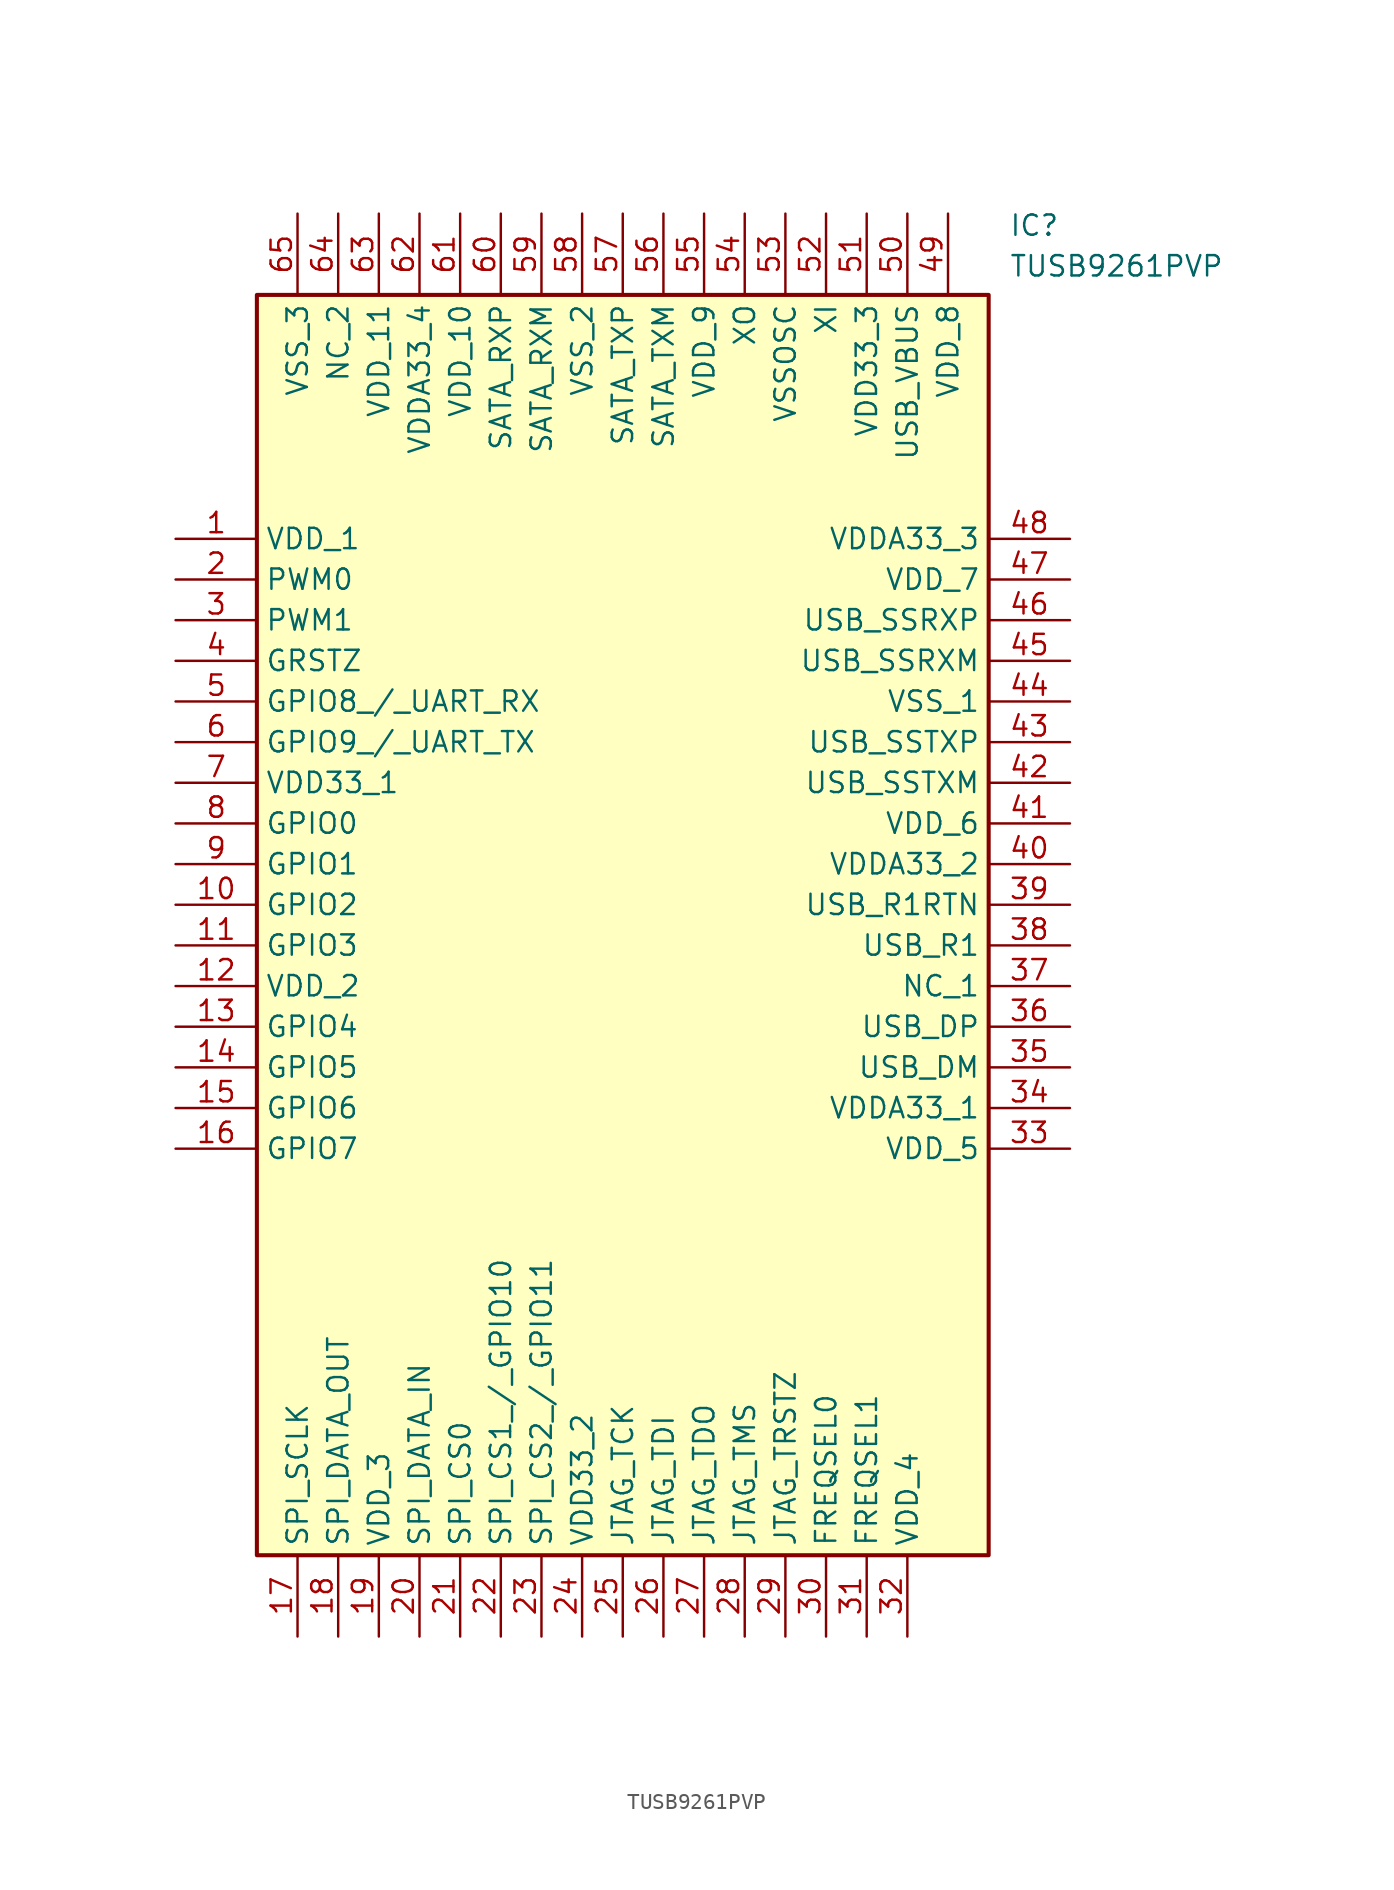
<source format=kicad_sym>
(kicad_symbol_lib
  (version 20211014)
  (generator SamacSys_ECAD_Model)
  (symbol "TUSB9261PVP"
    (property "Reference" "IC"
      (at 52.07 20.32 0)
      (effects (font (size 1.27 1.27)) (justify left top)))
    (property "Value" "TUSB9261PVP"
      (at 52.07 17.78 0)
      (effects (font (size 1.27 1.27)) (justify left top)))
    (rectangle
      (start 5.08 15.24)
      (end 50.8 -63.5)
      (stroke (width 0.254) (type default))
      (fill (type background)))
    (pin passive line
      (at 0 0 0)
      (length 5.08)
      (name "VDD_1" (effects (font (size 1.27 1.27))))
      (number "1" (effects (font (size 1.27 1.27)))))
    (pin passive line
      (at 0 -2.54 0)
      (length 5.08)
      (name "PWM0" (effects (font (size 1.27 1.27))))
      (number "2" (effects (font (size 1.27 1.27)))))
    (pin passive line
      (at 0 -5.08 0)
      (length 5.08)
      (name "PWM1" (effects (font (size 1.27 1.27))))
      (number "3" (effects (font (size 1.27 1.27)))))
    (pin passive line
      (at 0 -7.62 0)
      (length 5.08)
      (name "GRSTZ" (effects (font (size 1.27 1.27))))
      (number "4" (effects (font (size 1.27 1.27)))))
    (pin passive line
      (at 0 -10.16 0)
      (length 5.08)
      (name "GPIO8_/_UART_RX" (effects (font (size 1.27 1.27))))
      (number "5" (effects (font (size 1.27 1.27)))))
    (pin passive line
      (at 0 -12.7 0)
      (length 5.08)
      (name "GPIO9_/_UART_TX" (effects (font (size 1.27 1.27))))
      (number "6" (effects (font (size 1.27 1.27)))))
    (pin passive line
      (at 0 -15.24 0)
      (length 5.08)
      (name "VDD33_1" (effects (font (size 1.27 1.27))))
      (number "7" (effects (font (size 1.27 1.27)))))
    (pin passive line
      (at 0 -17.78 0)
      (length 5.08)
      (name "GPIO0" (effects (font (size 1.27 1.27))))
      (number "8" (effects (font (size 1.27 1.27)))))
    (pin passive line
      (at 0 -20.32 0)
      (length 5.08)
      (name "GPIO1" (effects (font (size 1.27 1.27))))
      (number "9" (effects (font (size 1.27 1.27)))))
    (pin passive line
      (at 0 -22.86 0)
      (length 5.08)
      (name "GPIO2" (effects (font (size 1.27 1.27))))
      (number "10" (effects (font (size 1.27 1.27)))))
    (pin passive line
      (at 0 -25.4 0)
      (length 5.08)
      (name "GPIO3" (effects (font (size 1.27 1.27))))
      (number "11" (effects (font (size 1.27 1.27)))))
    (pin passive line
      (at 0 -27.94 0)
      (length 5.08)
      (name "VDD_2" (effects (font (size 1.27 1.27))))
      (number "12" (effects (font (size 1.27 1.27)))))
    (pin passive line
      (at 0 -30.48 0)
      (length 5.08)
      (name "GPIO4" (effects (font (size 1.27 1.27))))
      (number "13" (effects (font (size 1.27 1.27)))))
    (pin passive line
      (at 0 -33.02 0)
      (length 5.08)
      (name "GPIO5" (effects (font (size 1.27 1.27))))
      (number "14" (effects (font (size 1.27 1.27)))))
    (pin passive line
      (at 0 -35.56 0)
      (length 5.08)
      (name "GPIO6" (effects (font (size 1.27 1.27))))
      (number "15" (effects (font (size 1.27 1.27)))))
    (pin passive line
      (at 0 -38.1 0)
      (length 5.08)
      (name "GPIO7" (effects (font (size 1.27 1.27))))
      (number "16" (effects (font (size 1.27 1.27)))))
    (pin passive line
      (at 7.62 -68.58 90)
      (length 5.08)
      (name "SPI_SCLK" (effects (font (size 1.27 1.27))))
      (number "17" (effects (font (size 1.27 1.27)))))
    (pin passive line
      (at 10.16 -68.58 90)
      (length 5.08)
      (name "SPI_DATA_OUT" (effects (font (size 1.27 1.27))))
      (number "18" (effects (font (size 1.27 1.27)))))
    (pin passive line
      (at 12.7 -68.58 90)
      (length 5.08)
      (name "VDD_3" (effects (font (size 1.27 1.27))))
      (number "19" (effects (font (size 1.27 1.27)))))
    (pin passive line
      (at 15.24 -68.58 90)
      (length 5.08)
      (name "SPI_DATA_IN" (effects (font (size 1.27 1.27))))
      (number "20" (effects (font (size 1.27 1.27)))))
    (pin passive line
      (at 17.78 -68.58 90)
      (length 5.08)
      (name "SPI_CS0" (effects (font (size 1.27 1.27))))
      (number "21" (effects (font (size 1.27 1.27)))))
    (pin passive line
      (at 20.32 -68.58 90)
      (length 5.08)
      (name "SPI_CS1_/_GPIO10" (effects (font (size 1.27 1.27))))
      (number "22" (effects (font (size 1.27 1.27)))))
    (pin passive line
      (at 22.86 -68.58 90)
      (length 5.08)
      (name "SPI_CS2_/_GPIO11" (effects (font (size 1.27 1.27))))
      (number "23" (effects (font (size 1.27 1.27)))))
    (pin passive line
      (at 25.4 -68.58 90)
      (length 5.08)
      (name "VDD33_2" (effects (font (size 1.27 1.27))))
      (number "24" (effects (font (size 1.27 1.27)))))
    (pin passive line
      (at 27.94 -68.58 90)
      (length 5.08)
      (name "JTAG_TCK" (effects (font (size 1.27 1.27))))
      (number "25" (effects (font (size 1.27 1.27)))))
    (pin passive line
      (at 30.48 -68.58 90)
      (length 5.08)
      (name "JTAG_TDI" (effects (font (size 1.27 1.27))))
      (number "26" (effects (font (size 1.27 1.27)))))
    (pin passive line
      (at 33.02 -68.58 90)
      (length 5.08)
      (name "JTAG_TDO" (effects (font (size 1.27 1.27))))
      (number "27" (effects (font (size 1.27 1.27)))))
    (pin passive line
      (at 35.56 -68.58 90)
      (length 5.08)
      (name "JTAG_TMS" (effects (font (size 1.27 1.27))))
      (number "28" (effects (font (size 1.27 1.27)))))
    (pin passive line
      (at 38.1 -68.58 90)
      (length 5.08)
      (name "JTAG_TRSTZ" (effects (font (size 1.27 1.27))))
      (number "29" (effects (font (size 1.27 1.27)))))
    (pin passive line
      (at 40.64 -68.58 90)
      (length 5.08)
      (name "FREQSEL0" (effects (font (size 1.27 1.27))))
      (number "30" (effects (font (size 1.27 1.27)))))
    (pin passive line
      (at 43.18 -68.58 90)
      (length 5.08)
      (name "FREQSEL1" (effects (font (size 1.27 1.27))))
      (number "31" (effects (font (size 1.27 1.27)))))
    (pin passive line
      (at 45.72 -68.58 90)
      (length 5.08)
      (name "VDD_4" (effects (font (size 1.27 1.27))))
      (number "32" (effects (font (size 1.27 1.27)))))
    (pin passive line
      (at 55.88 0 180)
      (length 5.08)
      (name "VDDA33_3" (effects (font (size 1.27 1.27))))
      (number "48" (effects (font (size 1.27 1.27)))))
    (pin passive line
      (at 55.88 -2.54 180)
      (length 5.08)
      (name "VDD_7" (effects (font (size 1.27 1.27))))
      (number "47" (effects (font (size 1.27 1.27)))))
    (pin passive line
      (at 55.88 -5.08 180)
      (length 5.08)
      (name "USB_SSRXP" (effects (font (size 1.27 1.27))))
      (number "46" (effects (font (size 1.27 1.27)))))
    (pin passive line
      (at 55.88 -7.62 180)
      (length 5.08)
      (name "USB_SSRXM" (effects (font (size 1.27 1.27))))
      (number "45" (effects (font (size 1.27 1.27)))))
    (pin passive line
      (at 55.88 -10.16 180)
      (length 5.08)
      (name "VSS_1" (effects (font (size 1.27 1.27))))
      (number "44" (effects (font (size 1.27 1.27)))))
    (pin passive line
      (at 55.88 -12.7 180)
      (length 5.08)
      (name "USB_SSTXP" (effects (font (size 1.27 1.27))))
      (number "43" (effects (font (size 1.27 1.27)))))
    (pin passive line
      (at 55.88 -15.24 180)
      (length 5.08)
      (name "USB_SSTXM" (effects (font (size 1.27 1.27))))
      (number "42" (effects (font (size 1.27 1.27)))))
    (pin passive line
      (at 55.88 -17.78 180)
      (length 5.08)
      (name "VDD_6" (effects (font (size 1.27 1.27))))
      (number "41" (effects (font (size 1.27 1.27)))))
    (pin passive line
      (at 55.88 -20.32 180)
      (length 5.08)
      (name "VDDA33_2" (effects (font (size 1.27 1.27))))
      (number "40" (effects (font (size 1.27 1.27)))))
    (pin passive line
      (at 55.88 -22.86 180)
      (length 5.08)
      (name "USB_R1RTN" (effects (font (size 1.27 1.27))))
      (number "39" (effects (font (size 1.27 1.27)))))
    (pin passive line
      (at 55.88 -25.4 180)
      (length 5.08)
      (name "USB_R1" (effects (font (size 1.27 1.27))))
      (number "38" (effects (font (size 1.27 1.27)))))
    (pin passive line
      (at 55.88 -27.94 180)
      (length 5.08)
      (name "NC_1" (effects (font (size 1.27 1.27))))
      (number "37" (effects (font (size 1.27 1.27)))))
    (pin passive line
      (at 55.88 -30.48 180)
      (length 5.08)
      (name "USB_DP" (effects (font (size 1.27 1.27))))
      (number "36" (effects (font (size 1.27 1.27)))))
    (pin passive line
      (at 55.88 -33.02 180)
      (length 5.08)
      (name "USB_DM" (effects (font (size 1.27 1.27))))
      (number "35" (effects (font (size 1.27 1.27)))))
    (pin passive line
      (at 55.88 -35.56 180)
      (length 5.08)
      (name "VDDA33_1" (effects (font (size 1.27 1.27))))
      (number "34" (effects (font (size 1.27 1.27)))))
    (pin passive line
      (at 55.88 -38.1 180)
      (length 5.08)
      (name "VDD_5" (effects (font (size 1.27 1.27))))
      (number "33" (effects (font (size 1.27 1.27)))))
    (pin passive line
      (at 7.62 20.32 270)
      (length 5.08)
      (name "VSS_3" (effects (font (size 1.27 1.27))))
      (number "65" (effects (font (size 1.27 1.27)))))
    (pin passive line
      (at 10.16 20.32 270)
      (length 5.08)
      (name "NC_2" (effects (font (size 1.27 1.27))))
      (number "64" (effects (font (size 1.27 1.27)))))
    (pin passive line
      (at 12.7 20.32 270)
      (length 5.08)
      (name "VDD_11" (effects (font (size 1.27 1.27))))
      (number "63" (effects (font (size 1.27 1.27)))))
    (pin passive line
      (at 15.24 20.32 270)
      (length 5.08)
      (name "VDDA33_4" (effects (font (size 1.27 1.27))))
      (number "62" (effects (font (size 1.27 1.27)))))
    (pin passive line
      (at 17.78 20.32 270)
      (length 5.08)
      (name "VDD_10" (effects (font (size 1.27 1.27))))
      (number "61" (effects (font (size 1.27 1.27)))))
    (pin passive line
      (at 20.32 20.32 270)
      (length 5.08)
      (name "SATA_RXP" (effects (font (size 1.27 1.27))))
      (number "60" (effects (font (size 1.27 1.27)))))
    (pin passive line
      (at 22.86 20.32 270)
      (length 5.08)
      (name "SATA_RXM" (effects (font (size 1.27 1.27))))
      (number "59" (effects (font (size 1.27 1.27)))))
    (pin passive line
      (at 25.4 20.32 270)
      (length 5.08)
      (name "VSS_2" (effects (font (size 1.27 1.27))))
      (number "58" (effects (font (size 1.27 1.27)))))
    (pin passive line
      (at 27.94 20.32 270)
      (length 5.08)
      (name "SATA_TXP" (effects (font (size 1.27 1.27))))
      (number "57" (effects (font (size 1.27 1.27)))))
    (pin passive line
      (at 30.48 20.32 270)
      (length 5.08)
      (name "SATA_TXM" (effects (font (size 1.27 1.27))))
      (number "56" (effects (font (size 1.27 1.27)))))
    (pin passive line
      (at 33.02 20.32 270)
      (length 5.08)
      (name "VDD_9" (effects (font (size 1.27 1.27))))
      (number "55" (effects (font (size 1.27 1.27)))))
    (pin passive line
      (at 35.56 20.32 270)
      (length 5.08)
      (name "XO" (effects (font (size 1.27 1.27))))
      (number "54" (effects (font (size 1.27 1.27)))))
    (pin passive line
      (at 38.1 20.32 270)
      (length 5.08)
      (name "VSSOSC" (effects (font (size 1.27 1.27))))
      (number "53" (effects (font (size 1.27 1.27)))))
    (pin passive line
      (at 40.64 20.32 270)
      (length 5.08)
      (name "XI" (effects (font (size 1.27 1.27))))
      (number "52" (effects (font (size 1.27 1.27)))))
    (pin passive line
      (at 43.18 20.32 270)
      (length 5.08)
      (name "VDD33_3" (effects (font (size 1.27 1.27))))
      (number "51" (effects (font (size 1.27 1.27)))))
    (pin passive line
      (at 45.72 20.32 270)
      (length 5.08)
      (name "USB_VBUS" (effects (font (size 1.27 1.27))))
      (number "50" (effects (font (size 1.27 1.27)))))
    (pin passive line
      (at 48.26 20.32 270)
      (length 5.08)
      (name "VDD_8" (effects (font (size 1.27 1.27))))
      (number "49" (effects (font (size 1.27 1.27)))))))
</source>
